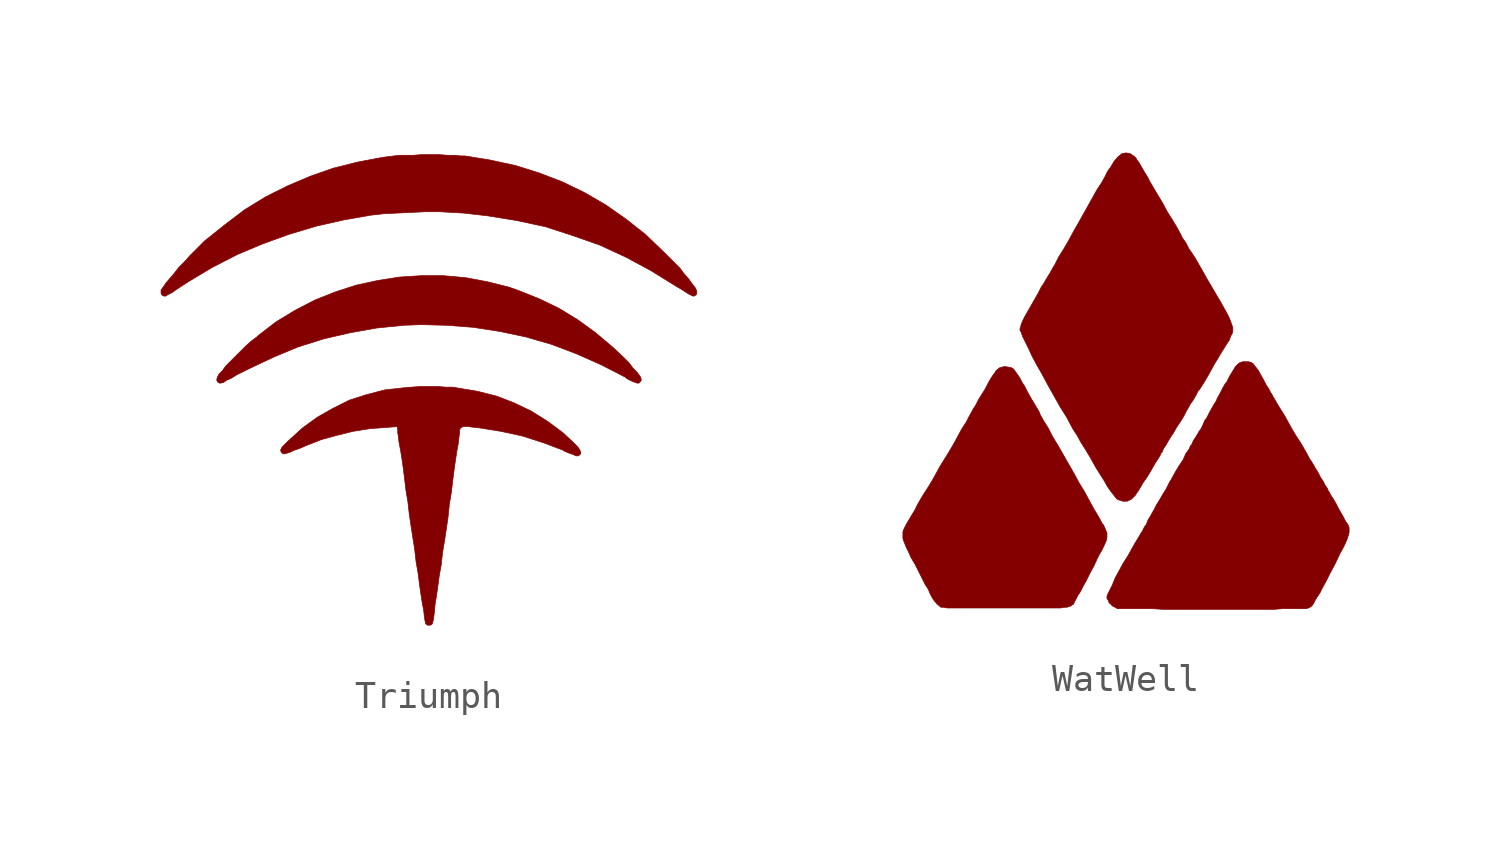
<source format=kicad_sym>
(kicad_symbol_lib
  (version 20220914)
  (generator kicad_symbol_editor)
  (symbol "Triumph"
    (pin_names
      (offset 1.016))
    (property "Reference" "Logo"
      (at 0 12.7 0)
      (effects (font (size 1.524 1.524)) hide))
    (symbol "Triumph_0_0"
      (polyline (pts (xy -7.645 0.279) (xy -7.544 0.356) (xy -7.366 0.432) (xy -7.163 0.559) (xy -6.706 0.787) (xy -5.791 1.219) (xy -4.877 1.6) (xy -3.912 1.905) (xy -2.921 2.134) (xy -1.93 2.311) (xy -0.914 2.413) (xy -0.279 2.438) (xy 0.686 2.413) (xy 1.676 2.337) (xy 2.667 2.184) (xy 3.632 1.981) (xy 4.597 1.702) (xy 5.537 1.346) (xy 6.452 0.94) (xy 7.341 0.483) (xy 7.442 0.406) (xy 7.595 0.33) (xy 7.722 0.279) (xy 7.798 0.254) (xy 7.874 0.254) (xy 7.899 0.305) (xy 7.925 0.305) (xy 7.95 0.356) (xy 7.95 0.406) (xy 7.925 0.483) (xy 7.874 0.559) (xy 7.772 0.686) (xy 7.645 0.813) (xy 7.493 1.016) (xy 7.264 1.245) (xy 6.883 1.6) (xy 6.248 2.134) (xy 5.588 2.616) (xy 4.877 3.048) (xy 4.14 3.404) (xy 3.378 3.708) (xy 3.023 3.835) (xy 2.21 4.039) (xy 1.397 4.191) (xy 0.559 4.267) (xy -0.254 4.267) (xy -1.067 4.216) (xy -1.88 4.089) (xy -2.692 3.912) (xy -3.48 3.658) (xy -4.242 3.353) (xy -4.978 2.972) (xy -5.69 2.54) (xy -6.35 2.032) (xy -6.401 1.981) (xy -6.604 1.829) (xy -6.807 1.651) (xy -7.569 0.889) (xy -7.696 0.711) (xy -7.823 0.584) (xy -7.874 0.483) (xy -7.899 0.406) (xy -7.899 0.356) (xy -7.874 0.305) (xy -7.849 0.279) (xy -7.798 0.254) (xy -7.747 0.254) (xy -7.645 0.279)) (stroke (width 0.025) (type solid)) (fill (type outline)))
      (polyline (pts (xy -9.728 3.556) (xy -9.576 3.632) (xy -9.398 3.759) (xy -8.966 4.039) (xy -8.077 4.572) (xy -7.137 5.055) (xy -6.172 5.461) (xy -5.182 5.817) (xy -4.166 6.121) (xy -3.15 6.35) (xy -2.134 6.528) (xy -1.676 6.579) (xy -1.168 6.604) (xy -0.102 6.655) (xy 0.406 6.655) (xy 0.889 6.629) (xy 1.321 6.604) (xy 2.21 6.502) (xy 3.302 6.325) (xy 4.369 6.096) (xy 5.385 5.766) (xy 6.401 5.41) (xy 7.391 4.953) (xy 8.331 4.445) (xy 9.271 3.861) (xy 9.449 3.759) (xy 9.601 3.658) (xy 9.728 3.581) (xy 9.881 3.505) (xy 9.931 3.505) (xy 10.008 3.556) (xy 10.033 3.658) (xy 10.008 3.734) (xy 9.957 3.835) (xy 9.855 3.962) (xy 9.728 4.14) (xy 9.55 4.343) (xy 9.398 4.547) (xy 8.788 5.156) (xy 8.128 5.791) (xy 7.391 6.375) (xy 6.629 6.909) (xy 5.842 7.366) (xy 5.004 7.772) (xy 4.14 8.103) (xy 3.251 8.382) (xy 2.311 8.585) (xy 1.372 8.738) (xy 1.219 8.738) (xy 0.991 8.763) (xy 0.711 8.763) (xy 0.406 8.788) (xy -0.254 8.788) (xy -0.559 8.763) (xy -1.092 8.763) (xy -1.702 8.687) (xy -2.642 8.509) (xy -3.556 8.28) (xy -4.42 7.976) (xy -5.258 7.62) (xy -6.071 7.214) (xy -6.858 6.731) (xy -7.595 6.172) (xy -8.357 5.563) (xy -8.915 5.004) (xy -9.119 4.775) (xy -9.322 4.572) (xy -9.5 4.343) (xy -9.804 3.988) (xy -9.906 3.835) (xy -9.982 3.734) (xy -9.982 3.607) (xy -9.957 3.556) (xy -9.931 3.531) (xy -9.881 3.505) (xy -9.804 3.505) (xy -9.728 3.556)) (stroke (width 0.025) (type solid)) (fill (type outline)))
      (polyline (pts (xy 0.152 -8.738) (xy 0.152 -8.712) (xy 0.178 -8.636) (xy 0.203 -8.484) (xy 0.229 -8.28) (xy 0.254 -8.001) (xy 0.305 -7.696) (xy 0.356 -7.341) (xy 0.406 -6.96) (xy 0.483 -6.528) (xy 0.533 -6.071) (xy 0.61 -5.613) (xy 0.686 -5.105) (xy 0.737 -4.75) (xy 0.787 -4.267) (xy 0.864 -3.81) (xy 0.914 -3.378) (xy 0.965 -2.972) (xy 1.016 -2.616) (xy 1.067 -2.286) (xy 1.118 -2.007) (xy 1.143 -1.778) (xy 1.168 -1.6) (xy 1.168 -1.499) (xy 1.194 -1.448) (xy 1.194 -1.422) (xy 1.295 -1.372) (xy 1.499 -1.372) (xy 1.702 -1.397) (xy 1.93 -1.422) (xy 2.718 -1.549) (xy 3.531 -1.727) (xy 4.318 -1.981) (xy 5.055 -2.261) (xy 5.08 -2.286) (xy 5.258 -2.362) (xy 5.41 -2.413) (xy 5.512 -2.464) (xy 5.613 -2.464) (xy 5.69 -2.388) (xy 5.69 -2.311) (xy 5.639 -2.21) (xy 5.563 -2.108) (xy 5.41 -1.956) (xy 5.029 -1.6) (xy 4.445 -1.168) (xy 3.835 -0.787) (xy 3.2 -0.483) (xy 2.54 -0.229) (xy 1.829 -0.051) (xy 1.067 0.076) (xy 0.94 0.102) (xy 0.66 0.102) (xy 0.356 0.127) (xy -0.305 0.127) (xy -0.635 0.102) (xy -0.94 0.076) (xy -1.626 0) (xy -2.311 -0.178) (xy -2.946 -0.381) (xy -3.556 -0.686) (xy -4.14 -1.016) (xy -4.699 -1.422) (xy -5.232 -1.905) (xy -5.461 -2.134) (xy -5.512 -2.235) (xy -5.512 -2.286) (xy -5.461 -2.362) (xy -5.41 -2.388) (xy -5.359 -2.388) (xy -5.283 -2.362) (xy -5.182 -2.337) (xy -5.029 -2.261) (xy -4.801 -2.184) (xy -4.572 -2.083) (xy -3.988 -1.854) (xy -3.429 -1.702) (xy -2.819 -1.549) (xy -2.184 -1.448) (xy -1.499 -1.397) (xy -1.168 -1.372) (xy -1.143 -1.473) (xy -1.143 -1.6) (xy -1.118 -1.753) (xy -1.092 -1.981) (xy -1.041 -2.235) (xy -0.991 -2.54) (xy -0.94 -2.896) (xy -0.889 -3.302) (xy -0.838 -3.734) (xy -0.762 -4.191) (xy -0.711 -4.648) (xy -0.635 -5.156) (xy -0.584 -5.486) (xy -0.508 -5.969) (xy -0.457 -6.426) (xy -0.381 -6.858) (xy -0.33 -7.264) (xy -0.279 -7.62) (xy -0.229 -7.95) (xy -0.178 -8.204) (xy -0.152 -8.433) (xy -0.127 -8.611) (xy -0.102 -8.712) (xy -0.102 -8.738) (xy -0.025 -8.788) (xy 0.076 -8.788) (xy 0.152 -8.738)) (stroke (width 0.025) (type solid)) (fill (type outline)))))
  (symbol "WatWell"
    (pin_names
      (offset 1.016))
    (property "Reference" "Logo"
      (at 0 12.7 0)
      (effects (font (size 1.524 1.524)) hide))
    (symbol "WatWell_0_0"
      (polyline (pts (xy -2.311 -8.458) (xy -2.21 -8.458) (xy -2.057 -8.407) (xy -2.032 -8.382) (xy -1.981 -8.357) (xy -1.956 -8.331) (xy -1.93 -8.28) (xy -1.93 -8.255) (xy -1.88 -8.179) (xy -1.803 -8.026) (xy -1.702 -7.874) (xy -1.6 -7.671) (xy -1.473 -7.442) (xy -1.321 -7.137) (xy -1.194 -6.909) (xy -1.092 -6.68) (xy -0.991 -6.477) (xy -0.914 -6.35) (xy -0.813 -6.147) (xy -0.737 -5.969) (xy -0.711 -5.842) (xy -0.711 -5.69) (xy -0.762 -5.563) (xy -0.838 -5.385) (xy -0.889 -5.334) (xy -0.965 -5.182) (xy -1.067 -5.004) (xy -1.219 -4.75) (xy -1.372 -4.47) (xy -1.549 -4.14) (xy -1.753 -3.81) (xy -1.93 -3.48) (xy -2.54 -2.413) (xy -2.743 -2.083) (xy -2.896 -1.778) (xy -3.073 -1.499) (xy -3.2 -1.27) (xy -3.251 -1.143) (xy -3.556 -0.635) (xy -3.683 -0.406) (xy -3.785 -0.203) (xy -3.886 -0.051) (xy -3.962 0.102) (xy -4.064 0.254) (xy -4.14 0.356) (xy -4.191 0.432) (xy -4.267 0.483) (xy -4.369 0.508) (xy -4.547 0.533) (xy -4.724 0.483) (xy -4.851 0.381) (xy -4.877 0.33) (xy -4.953 0.229) (xy -5.055 0.076) (xy -5.156 -0.102) (xy -5.258 -0.305) (xy -5.512 -0.711) (xy -5.613 -0.914) (xy -5.715 -1.067) (xy -5.766 -1.168) (xy -5.867 -1.346) (xy -5.969 -1.549) (xy -6.121 -1.778) (xy -6.274 -2.057) (xy -6.452 -2.388) (xy -6.68 -2.769) (xy -6.934 -3.175) (xy -7.214 -3.683) (xy -7.366 -3.937) (xy -7.595 -4.293) (xy -7.772 -4.597) (xy -7.899 -4.851) (xy -8.026 -5.055) (xy -8.128 -5.232) (xy -8.204 -5.359) (xy -8.306 -5.563) (xy -8.331 -5.639) (xy -8.331 -5.893) (xy -8.306 -5.969) (xy -8.204 -6.223) (xy -8.128 -6.375) (xy -8.026 -6.604) (xy -7.874 -6.858) (xy -7.493 -7.62) (xy -7.391 -7.772) (xy -7.315 -7.95) (xy -7.264 -8.052) (xy -7.188 -8.179) (xy -7.061 -8.331) (xy -6.909 -8.458) (xy -6.807 -8.458) (xy -6.68 -8.484) (xy -2.438 -8.484) (xy -2.311 -8.458)) (stroke (width 0.025) (type solid)) (fill (type outline)))
      (polyline (pts (xy 0.203 -4.42) (xy 0.356 -4.267) (xy 0.381 -4.216) (xy 0.457 -4.115) (xy 0.533 -3.988) (xy 0.635 -3.81) (xy 0.762 -3.632) (xy 0.889 -3.429) (xy 1.092 -3.073) (xy 1.194 -2.921) (xy 1.27 -2.794) (xy 1.295 -2.743) (xy 1.295 -2.718) (xy 1.346 -2.667) (xy 1.397 -2.54) (xy 1.499 -2.388) (xy 1.6 -2.21) (xy 1.727 -2.007) (xy 1.753 -1.981) (xy 1.88 -1.753) (xy 2.032 -1.524) (xy 2.159 -1.321) (xy 2.261 -1.118) (xy 2.337 -0.991) (xy 2.388 -0.889) (xy 2.515 -0.711) (xy 2.616 -0.533) (xy 2.692 -0.381) (xy 2.743 -0.33) (xy 2.921 -0.051) (xy 3.099 0.254) (xy 3.251 0.533) (xy 3.277 0.584) (xy 3.353 0.711) (xy 3.404 0.787) (xy 3.505 0.965) (xy 3.759 1.372) (xy 3.861 1.524) (xy 3.912 1.676) (xy 3.962 1.753) (xy 3.988 1.854) (xy 3.988 1.981) (xy 3.937 2.134) (xy 3.861 2.337) (xy 3.759 2.54) (xy 3.531 2.946) (xy 3.023 3.81) (xy 2.794 4.216) (xy 2.591 4.572) (xy 2.337 4.953) (xy 2.235 5.156) (xy 2.108 5.334) (xy 2.007 5.537) (xy 1.88 5.766) (xy 1.727 6.02) (xy 1.549 6.299) (xy 1.372 6.629) (xy 1.143 7.01) (xy 0.889 7.442) (xy 0.813 7.595) (xy 0.686 7.798) (xy 0.483 8.153) (xy 0.406 8.255) (xy 0.381 8.306) (xy 0.305 8.382) (xy 0.152 8.484) (xy 0 8.509) (xy -0.152 8.484) (xy -0.305 8.357) (xy -0.457 8.179) (xy -0.483 8.128) (xy -0.559 8.001) (xy -0.686 7.823) (xy -0.787 7.62) (xy -0.914 7.391) (xy -1.067 7.163) (xy -1.295 6.756) (xy -1.549 6.299) (xy -1.778 5.893) (xy -1.981 5.537) (xy -2.159 5.207) (xy -2.337 4.902) (xy -2.515 4.623) (xy -2.667 4.318) (xy -2.718 4.242) (xy -2.845 4.013) (xy -2.972 3.81) (xy -3.073 3.632) (xy -3.175 3.48) (xy -3.277 3.277) (xy -3.785 2.388) (xy -3.861 2.235) (xy -3.912 2.108) (xy -3.937 2.007) (xy -3.962 1.93) (xy -3.962 1.905) (xy -3.912 1.803) (xy -3.861 1.651) (xy -3.632 1.194) (xy -3.505 0.914) (xy -3.327 0.584) (xy -3.124 0.229) (xy -2.921 -0.152) (xy -2.464 -0.965) (xy -2.21 -1.372) (xy -1.981 -1.803) (xy -1.829 -2.032) (xy -1.676 -2.311) (xy -1.499 -2.591) (xy -1.346 -2.845) (xy -1.219 -3.073) (xy -1.118 -3.251) (xy -0.991 -3.454) (xy -0.813 -3.734) (xy -0.686 -3.962) (xy -0.559 -4.14) (xy -0.457 -4.267) (xy -0.381 -4.369) (xy -0.33 -4.42) (xy -0.279 -4.445) (xy -0.127 -4.496) (xy 0.051 -4.496) (xy 0.203 -4.42)) (stroke (width 0.025) (type solid)) (fill (type outline)))
      (polyline (pts (xy 5.867 -8.509) (xy 6.756 -8.509) (xy 6.782 -8.484) (xy 6.833 -8.484) (xy 6.858 -8.458) (xy 6.909 -8.433) (xy 6.96 -8.382) (xy 7.01 -8.306) (xy 7.061 -8.204) (xy 7.137 -8.077) (xy 7.239 -7.925) (xy 7.341 -7.722) (xy 7.468 -7.493) (xy 7.62 -7.188) (xy 7.798 -6.858) (xy 8.001 -6.426) (xy 8.077 -6.299) (xy 8.179 -6.096) (xy 8.255 -5.918) (xy 8.306 -5.766) (xy 8.331 -5.664) (xy 8.331 -5.486) (xy 8.306 -5.41) (xy 8.28 -5.359) (xy 8.204 -5.258) (xy 8.128 -5.105) (xy 7.925 -4.75) (xy 7.849 -4.597) (xy 7.747 -4.42) (xy 7.645 -4.267) (xy 7.595 -4.166) (xy 7.544 -4.089) (xy 7.518 -4.013) (xy 7.442 -3.912) (xy 7.366 -3.759) (xy 7.264 -3.607) (xy 7.188 -3.454) (xy 7.112 -3.327) (xy 7.061 -3.251) (xy 7.01 -3.15) (xy 6.96 -3.073) (xy 6.934 -3.023) (xy 6.858 -2.921) (xy 6.782 -2.769) (xy 6.579 -2.413) (xy 6.502 -2.286) (xy 6.35 -2.057) (xy 6.198 -1.803) (xy 6.045 -1.524) (xy 5.918 -1.295) (xy 5.664 -0.889) (xy 5.563 -0.711) (xy 5.486 -0.584) (xy 5.436 -0.483) (xy 5.41 -0.457) (xy 5.334 -0.305) (xy 5.232 -0.152) (xy 5.156 0) (xy 5.029 0.229) (xy 4.928 0.406) (xy 4.826 0.533) (xy 4.75 0.635) (xy 4.674 0.686) (xy 4.572 0.711) (xy 4.369 0.711) (xy 4.267 0.686) (xy 4.191 0.635) (xy 4.089 0.533) (xy 4.013 0.406) (xy 3.886 0.203) (xy 3.759 -0.051) (xy 3.708 -0.102) (xy 3.607 -0.279) (xy 3.505 -0.483) (xy 3.404 -0.66) (xy 3.378 -0.737) (xy 3.251 -0.94) (xy 3.124 -1.168) (xy 3.023 -1.372) (xy 2.946 -1.473) (xy 2.87 -1.651) (xy 2.794 -1.803) (xy 2.718 -1.905) (xy 2.692 -1.956) (xy 2.616 -2.083) (xy 2.515 -2.235) (xy 2.438 -2.413) (xy 2.413 -2.413) (xy 2.362 -2.54) (xy 2.235 -2.718) (xy 2.134 -2.946) (xy 1.981 -3.175) (xy 1.829 -3.429) (xy 1.676 -3.708) (xy 1.626 -3.785) (xy 1.499 -4.039) (xy 1.372 -4.242) (xy 1.27 -4.42) (xy 1.194 -4.547) (xy 1.143 -4.623) (xy 1.041 -4.826) (xy 0.965 -4.953) (xy 0.94 -5.004) (xy 0.864 -5.131) (xy 0.813 -5.207) (xy 0.813 -5.258) (xy 0.787 -5.283) (xy 0.762 -5.359) (xy 0.686 -5.461) (xy 0.61 -5.613) (xy 0.559 -5.69) (xy 0.457 -5.867) (xy 0.33 -6.071) (xy 0.076 -6.528) (xy -0.102 -6.807) (xy -0.406 -7.366) (xy -0.508 -7.62) (xy -0.686 -7.976) (xy -0.711 -8.052) (xy -0.711 -8.128) (xy -0.66 -8.204) (xy -0.635 -8.28) (xy -0.508 -8.407) (xy -0.356 -8.484) (xy -0.33 -8.509) (xy 0.991 -8.509) (xy 1.372 -8.534) (xy 5.537 -8.534) (xy 5.867 -8.509)) (stroke (width 0.025) (type solid)) (fill (type outline))))))
</source>
